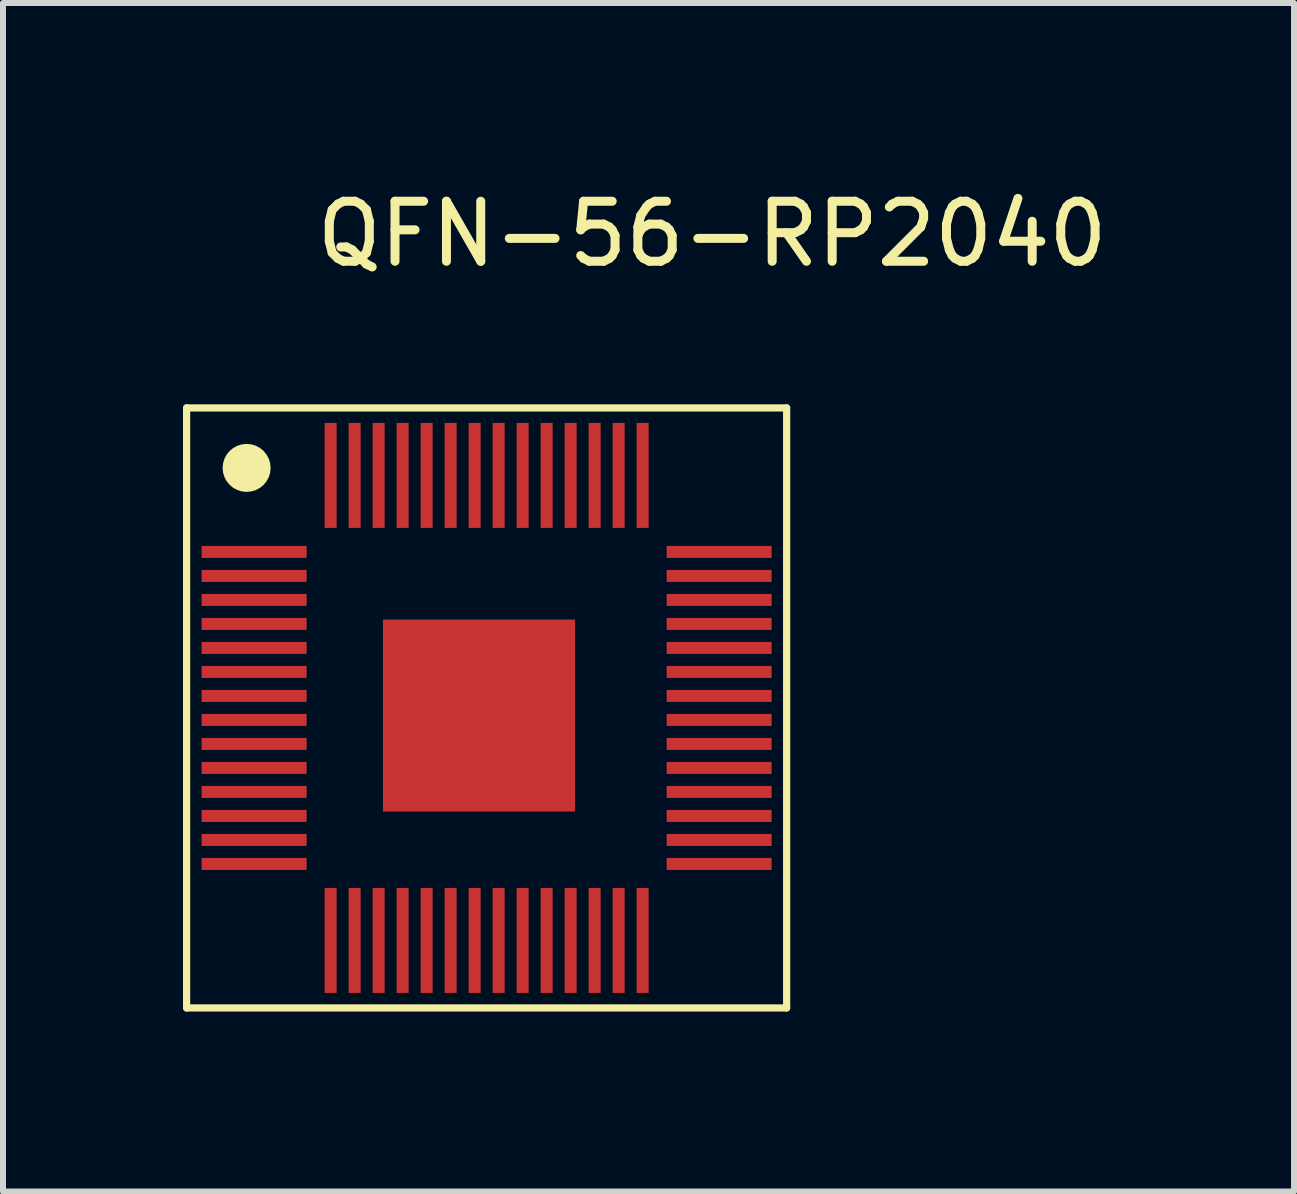
<source format=kicad_pcb>
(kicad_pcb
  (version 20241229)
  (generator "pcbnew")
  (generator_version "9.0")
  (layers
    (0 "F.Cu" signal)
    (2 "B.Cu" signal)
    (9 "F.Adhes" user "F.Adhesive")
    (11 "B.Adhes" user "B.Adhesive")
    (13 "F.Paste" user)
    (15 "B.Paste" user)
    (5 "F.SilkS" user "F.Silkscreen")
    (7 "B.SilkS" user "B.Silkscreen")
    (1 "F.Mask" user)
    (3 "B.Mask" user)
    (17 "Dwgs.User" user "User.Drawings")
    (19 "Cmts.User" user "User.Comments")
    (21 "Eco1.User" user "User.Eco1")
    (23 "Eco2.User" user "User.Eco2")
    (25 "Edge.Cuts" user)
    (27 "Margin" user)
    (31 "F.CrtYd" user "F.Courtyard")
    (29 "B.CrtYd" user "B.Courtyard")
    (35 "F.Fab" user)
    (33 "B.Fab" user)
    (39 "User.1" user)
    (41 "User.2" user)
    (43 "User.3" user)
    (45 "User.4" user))
  (footprint "QFN-56-RP2040"
    (layer "F.Cu")
    (at 5.06 8.748)
    (property "Reference" "QFN-56-RP2040" (at 3.759 -7.899 0) (layer "F.SilkS") (effects (font (size 1 1) (thickness 0.15))))
    (attr through_hole)
    (fp_line (start -5 -5) (end -5 5) (stroke (width 0.12) (type solid)) (layer "F.SilkS"))
    (fp_line (start -5 5) (end 5 5) (stroke (width 0.12) (type solid)) (layer "F.SilkS"))
    (fp_line (start 5 -5) (end -5 -5) (stroke (width 0.12) (type solid)) (layer "F.SilkS"))
    (fp_line (start 5 5) (end 5 -5) (stroke (width 0.12) (type solid)) (layer "F.SilkS"))
    (fp_circle (center -4 -4) (end -3.8 -4) (stroke (width 0.4) (type solid)) (fill no) (layer "F.SilkS"))
    (pad "1" smd rect (at -3.875 -2.6) (size 1.75 0.2) (layers "F.Cu" "F.Mask" "F.Paste"))
    (pad "2" smd rect (at -3.875 -2.2) (size 1.75 0.2) (layers "F.Cu" "F.Mask" "F.Paste"))
    (pad "3" smd rect (at -3.875 -1.8) (size 1.75 0.2) (layers "F.Cu" "F.Mask" "F.Paste"))
    (pad "4" smd rect (at -3.875 -1.4) (size 1.75 0.2) (layers "F.Cu" "F.Mask" "F.Paste"))
    (pad "5" smd rect (at -3.875 -1) (size 1.75 0.2) (layers "F.Cu" "F.Mask" "F.Paste"))
    (pad "6" smd rect (at -3.875 -0.6) (size 1.75 0.2) (layers "F.Cu" "F.Mask" "F.Paste"))
    (pad "7" smd rect (at -3.875 -0.2) (size 1.75 0.2) (layers "F.Cu" "F.Mask" "F.Paste"))
    (pad "8" smd rect (at -3.875 0.2) (size 1.75 0.2) (layers "F.Cu" "F.Mask" "F.Paste"))
    (pad "9" smd rect (at -3.875 0.6) (size 1.75 0.2) (layers "F.Cu" "F.Mask" "F.Paste"))
    (pad "10" smd rect (at -3.875 1) (size 1.75 0.2) (layers "F.Cu" "F.Mask" "F.Paste"))
    (pad "11" smd rect (at -3.875 1.4) (size 1.75 0.2) (layers "F.Cu" "F.Mask" "F.Paste"))
    (pad "12" smd rect (at -3.875 1.8) (size 1.75 0.2) (layers "F.Cu" "F.Mask" "F.Paste"))
    (pad "13" smd rect (at -3.875 2.2) (size 1.75 0.2) (layers "F.Cu" "F.Mask" "F.Paste"))
    (pad "14" smd rect (at -3.875 2.6) (size 1.75 0.2) (layers "F.Cu" "F.Mask" "F.Paste"))
    (pad "15" smd rect (at -2.6 3.875 90) (size 1.75 0.2) (layers "F.Cu" "F.Mask" "F.Paste"))
    (pad "16" smd rect (at -2.2 3.875 90) (size 1.75 0.2) (layers "F.Cu" "F.Mask" "F.Paste"))
    (pad "17" smd rect (at -1.8 3.875 90) (size 1.75 0.2) (layers "F.Cu" "F.Mask" "F.Paste"))
    (pad "18" smd rect (at -1.4 3.875 90) (size 1.75 0.2) (layers "F.Cu" "F.Mask" "F.Paste"))
    (pad "19" smd rect (at -1 3.875 90) (size 1.75 0.2) (layers "F.Cu" "F.Mask" "F.Paste"))
    (pad "20" smd rect (at -0.6 3.875 90) (size 1.75 0.2) (layers "F.Cu" "F.Mask" "F.Paste"))
    (pad "21" smd rect (at -0.2 3.875 90) (size 1.75 0.2) (layers "F.Cu" "F.Mask" "F.Paste"))
    (pad "22" smd rect (at 0.2 3.875 90) (size 1.75 0.2) (layers "F.Cu" "F.Mask" "F.Paste"))
    (pad "23" smd rect (at 0.6 3.875 90) (size 1.75 0.2) (layers "F.Cu" "F.Mask" "F.Paste"))
    (pad "24" smd rect (at 1 3.875 90) (size 1.75 0.2) (layers "F.Cu" "F.Mask" "F.Paste"))
    (pad "25" smd rect (at 1.4 3.875 90) (size 1.75 0.2) (layers "F.Cu" "F.Mask" "F.Paste"))
    (pad "26" smd rect (at 1.8 3.875 90) (size 1.75 0.2) (layers "F.Cu" "F.Mask" "F.Paste"))
    (pad "27" smd rect (at 2.2 3.875 90) (size 1.75 0.2) (layers "F.Cu" "F.Mask" "F.Paste"))
    (pad "28" smd rect (at 2.6 3.875 90) (size 1.75 0.2) (layers "F.Cu" "F.Mask" "F.Paste"))
    (pad "29" smd rect (at 3.875 2.6) (size 1.75 0.2) (layers "F.Cu" "F.Mask" "F.Paste"))
    (pad "30" smd rect (at 3.875 2.2) (size 1.75 0.2) (layers "F.Cu" "F.Mask" "F.Paste"))
    (pad "31" smd rect (at 3.875 1.8) (size 1.75 0.2) (layers "F.Cu" "F.Mask" "F.Paste"))
    (pad "32" smd rect (at 3.875 1.4) (size 1.75 0.2) (layers "F.Cu" "F.Mask" "F.Paste"))
    (pad "33" smd rect (at 3.875 1) (size 1.75 0.2) (layers "F.Cu" "F.Mask" "F.Paste"))
    (pad "34" smd rect (at 3.875 0.6) (size 1.75 0.2) (layers "F.Cu" "F.Mask" "F.Paste"))
    (pad "35" smd rect (at 3.875 0.2) (size 1.75 0.2) (layers "F.Cu" "F.Mask" "F.Paste"))
    (pad "36" smd rect (at 3.875 -0.2) (size 1.75 0.2) (layers "F.Cu" "F.Mask" "F.Paste"))
    (pad "37" smd rect (at 3.875 -0.6) (size 1.75 0.2) (layers "F.Cu" "F.Mask" "F.Paste"))
    (pad "38" smd rect (at 3.875 -1) (size 1.75 0.2) (layers "F.Cu" "F.Mask" "F.Paste"))
    (pad "39" smd rect (at 3.875 -1.4) (size 1.75 0.2) (layers "F.Cu" "F.Mask" "F.Paste"))
    (pad "40" smd rect (at 3.875 -1.8) (size 1.75 0.2) (layers "F.Cu" "F.Mask" "F.Paste"))
    (pad "41" smd rect (at 3.875 -2.2) (size 1.75 0.2) (layers "F.Cu" "F.Mask" "F.Paste"))
    (pad "42" smd rect (at 3.875 -2.6) (size 1.75 0.2) (layers "F.Cu" "F.Mask" "F.Paste"))
    (pad "43" smd rect (at 2.6 -3.875 90) (size 1.75 0.2) (layers "F.Cu" "F.Mask" "F.Paste"))
    (pad "44" smd rect (at 2.2 -3.875 90) (size 1.75 0.2) (layers "F.Cu" "F.Mask" "F.Paste"))
    (pad "45" smd rect (at 1.8 -3.875 90) (size 1.75 0.2) (layers "F.Cu" "F.Mask" "F.Paste"))
    (pad "46" smd rect (at 1.4 -3.875 90) (size 1.75 0.2) (layers "F.Cu" "F.Mask" "F.Paste"))
    (pad "47" smd rect (at 1 -3.875 90) (size 1.75 0.2) (layers "F.Cu" "F.Mask" "F.Paste"))
    (pad "48" smd rect (at 0.6 -3.875 90) (size 1.75 0.2) (layers "F.Cu" "F.Mask" "F.Paste"))
    (pad "49" smd rect (at 0.2 -3.875 90) (size 1.75 0.2) (layers "F.Cu" "F.Mask" "F.Paste"))
    (pad "50" smd rect (at -0.2 -3.875 90) (size 1.75 0.2) (layers "F.Cu" "F.Mask" "F.Paste"))
    (pad "51" smd rect (at -0.6 -3.875 90) (size 1.75 0.2) (layers "F.Cu" "F.Mask" "F.Paste"))
    (pad "52" smd rect (at -1 -3.875 90) (size 1.75 0.2) (layers "F.Cu" "F.Mask" "F.Paste"))
    (pad "53" smd rect (at -1.4 -3.875 90) (size 1.75 0.2) (layers "F.Cu" "F.Mask" "F.Paste"))
    (pad "54" smd rect (at -1.8 -3.875 90) (size 1.75 0.2) (layers "F.Cu" "F.Mask" "F.Paste"))
    (pad "55" smd rect (at -2.2 -3.875 90) (size 1.75 0.2) (layers "F.Cu" "F.Mask" "F.Paste"))
    (pad "56" smd rect (at -2.6 -3.875 90) (size 1.75 0.2) (layers "F.Cu" "F.Mask" "F.Paste"))
    (pad "57" smd rect (at -0.127 0.127) (size 3.2 3.2) (layers "F.Cu" "F.Mask" "F.Paste")))
  (gr_rect
    (start -3 -3)
    (end 18.516 16.808)
    (stroke (width 0.1) (type default))
    (fill no)
    (layer "Edge.Cuts")))
</source>
